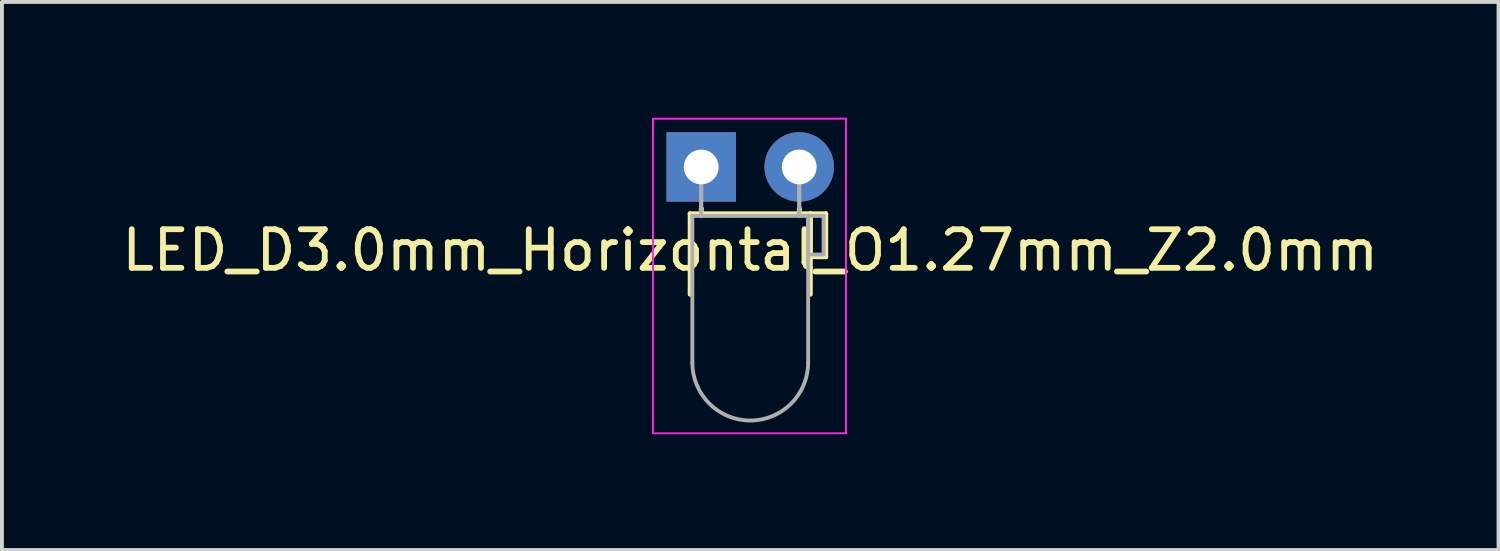
<source format=kicad_pcb>
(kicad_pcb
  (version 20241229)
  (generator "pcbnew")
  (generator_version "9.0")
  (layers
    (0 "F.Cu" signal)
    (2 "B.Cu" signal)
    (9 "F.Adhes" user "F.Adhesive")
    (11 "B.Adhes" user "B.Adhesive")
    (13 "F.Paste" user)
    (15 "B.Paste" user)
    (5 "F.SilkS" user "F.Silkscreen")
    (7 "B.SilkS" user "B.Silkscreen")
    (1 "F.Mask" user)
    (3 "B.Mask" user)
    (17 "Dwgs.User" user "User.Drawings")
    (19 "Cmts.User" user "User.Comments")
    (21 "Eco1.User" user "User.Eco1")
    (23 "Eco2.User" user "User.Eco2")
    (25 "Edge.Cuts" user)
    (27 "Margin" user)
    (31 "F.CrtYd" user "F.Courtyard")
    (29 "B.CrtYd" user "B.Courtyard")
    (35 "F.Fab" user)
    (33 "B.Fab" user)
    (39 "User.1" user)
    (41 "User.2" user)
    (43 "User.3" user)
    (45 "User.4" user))
  (footprint "LED_D3.0mm_Horizontal_O1.27mm_Z2.0mm"
    (layer "F.Cu")
    (at 15.117 1.275)
    (property "Reference" "LED_D3.0mm_Horizontal_O1.27mm_Z2.0mm" (at 1.27 2.159 0) (layer "F.SilkS") (effects (font (size 1 1) (thickness 0.15))))
    (attr through_hole)
    (fp_line (start -0.29 1.21) (end -0.29 3.302) (stroke (width 0.12) (type solid)) (layer "F.SilkS"))
    (fp_line (start -0.29 1.21) (end 2.83 1.21) (stroke (width 0.12) (type solid)) (layer "F.SilkS"))
    (fp_line (start 0 1.08) (end 0 1.08) (stroke (width 0.12) (type solid)) (layer "F.SilkS"))
    (fp_line (start 0 1.08) (end 0 1.21) (stroke (width 0.12) (type solid)) (layer "F.SilkS"))
    (fp_line (start 0 1.21) (end 0 1.08) (stroke (width 0.12) (type solid)) (layer "F.SilkS"))
    (fp_line (start 0 1.21) (end 0 1.21) (stroke (width 0.12) (type solid)) (layer "F.SilkS"))
    (fp_line (start 2.54 1.08) (end 2.54 1.08) (stroke (width 0.12) (type solid)) (layer "F.SilkS"))
    (fp_line (start 2.54 1.08) (end 2.54 1.21) (stroke (width 0.12) (type solid)) (layer "F.SilkS"))
    (fp_line (start 2.54 1.21) (end 2.54 1.08) (stroke (width 0.12) (type solid)) (layer "F.SilkS"))
    (fp_line (start 2.54 1.21) (end 2.54 1.21) (stroke (width 0.12) (type solid)) (layer "F.SilkS"))
    (fp_line (start 2.83 1.21) (end 2.83 3.302) (stroke (width 0.12) (type solid)) (layer "F.SilkS"))
    (fp_line (start 2.83 1.21) (end 3.23 1.21) (stroke (width 0.12) (type solid)) (layer "F.SilkS"))
    (fp_line (start 2.83 2.33) (end 2.83 1.21) (stroke (width 0.12) (type solid)) (layer "F.SilkS"))
    (fp_line (start 3.23 1.21) (end 3.23 2.33) (stroke (width 0.12) (type solid)) (layer "F.SilkS"))
    (fp_line (start 3.23 2.33) (end 2.83 2.33) (stroke (width 0.12) (type solid)) (layer "F.SilkS"))
    (fp_line (start -1.25 -1.25) (end -1.25 6.9) (stroke (width 0.05) (type solid)) (layer "F.CrtYd"))
    (fp_line (start -1.25 6.9) (end 3.75 6.9) (stroke (width 0.05) (type solid)) (layer "F.CrtYd"))
    (fp_line (start 3.75 -1.25) (end -1.25 -1.25) (stroke (width 0.05) (type solid)) (layer "F.CrtYd"))
    (fp_line (start 3.75 6.9) (end 3.75 -1.25) (stroke (width 0.05) (type solid)) (layer "F.CrtYd"))
    (fp_line (start -0.23 1.27) (end -0.23 5.07) (stroke (width 0.1) (type solid)) (layer "F.Fab"))
    (fp_line (start -0.23 1.27) (end 2.77 1.27) (stroke (width 0.1) (type solid)) (layer "F.Fab"))
    (fp_line (start 0 0) (end 0 0) (stroke (width 0.1) (type solid)) (layer "F.Fab"))
    (fp_line (start 0 0) (end 0 1.27) (stroke (width 0.1) (type solid)) (layer "F.Fab"))
    (fp_line (start 0 1.27) (end 0 0) (stroke (width 0.1) (type solid)) (layer "F.Fab"))
    (fp_line (start 0 1.27) (end 0 1.27) (stroke (width 0.1) (type solid)) (layer "F.Fab"))
    (fp_line (start 2.54 0) (end 2.54 0) (stroke (width 0.1) (type solid)) (layer "F.Fab"))
    (fp_line (start 2.54 0) (end 2.54 1.27) (stroke (width 0.1) (type solid)) (layer "F.Fab"))
    (fp_line (start 2.54 1.27) (end 2.54 0) (stroke (width 0.1) (type solid)) (layer "F.Fab"))
    (fp_line (start 2.54 1.27) (end 2.54 1.27) (stroke (width 0.1) (type solid)) (layer "F.Fab"))
    (fp_line (start 2.77 1.27) (end 2.77 5.07) (stroke (width 0.1) (type solid)) (layer "F.Fab"))
    (fp_line (start 2.77 1.27) (end 3.17 1.27) (stroke (width 0.1) (type solid)) (layer "F.Fab"))
    (fp_line (start 2.77 2.27) (end 2.77 1.27) (stroke (width 0.1) (type solid)) (layer "F.Fab"))
    (fp_line (start 3.17 1.27) (end 3.17 2.27) (stroke (width 0.1) (type solid)) (layer "F.Fab"))
    (fp_line (start 3.17 2.27) (end 2.77 2.27) (stroke (width 0.1) (type solid)) (layer "F.Fab"))
    (fp_arc (start 2.77 5.07) (mid 1.27 6.57) (end -0.23 5.07) (stroke (width 0.1) (type solid)) (layer "F.Fab"))
    (pad "1" thru_hole rect (at 0 0) (size 1.8 1.8) (drill 0.9) (layers "*.Cu" "*.Mask"))
    (pad "2" thru_hole circle (at 2.54 0) (size 1.8 1.8) (drill 0.9) (layers "*.Cu" "*.Mask")))
  (gr_rect
    (start -3 -3)
    (end 35.774 11.2)
    (stroke (width 0.1) (type default))
    (fill no)
    (layer "Edge.Cuts")))
</source>
